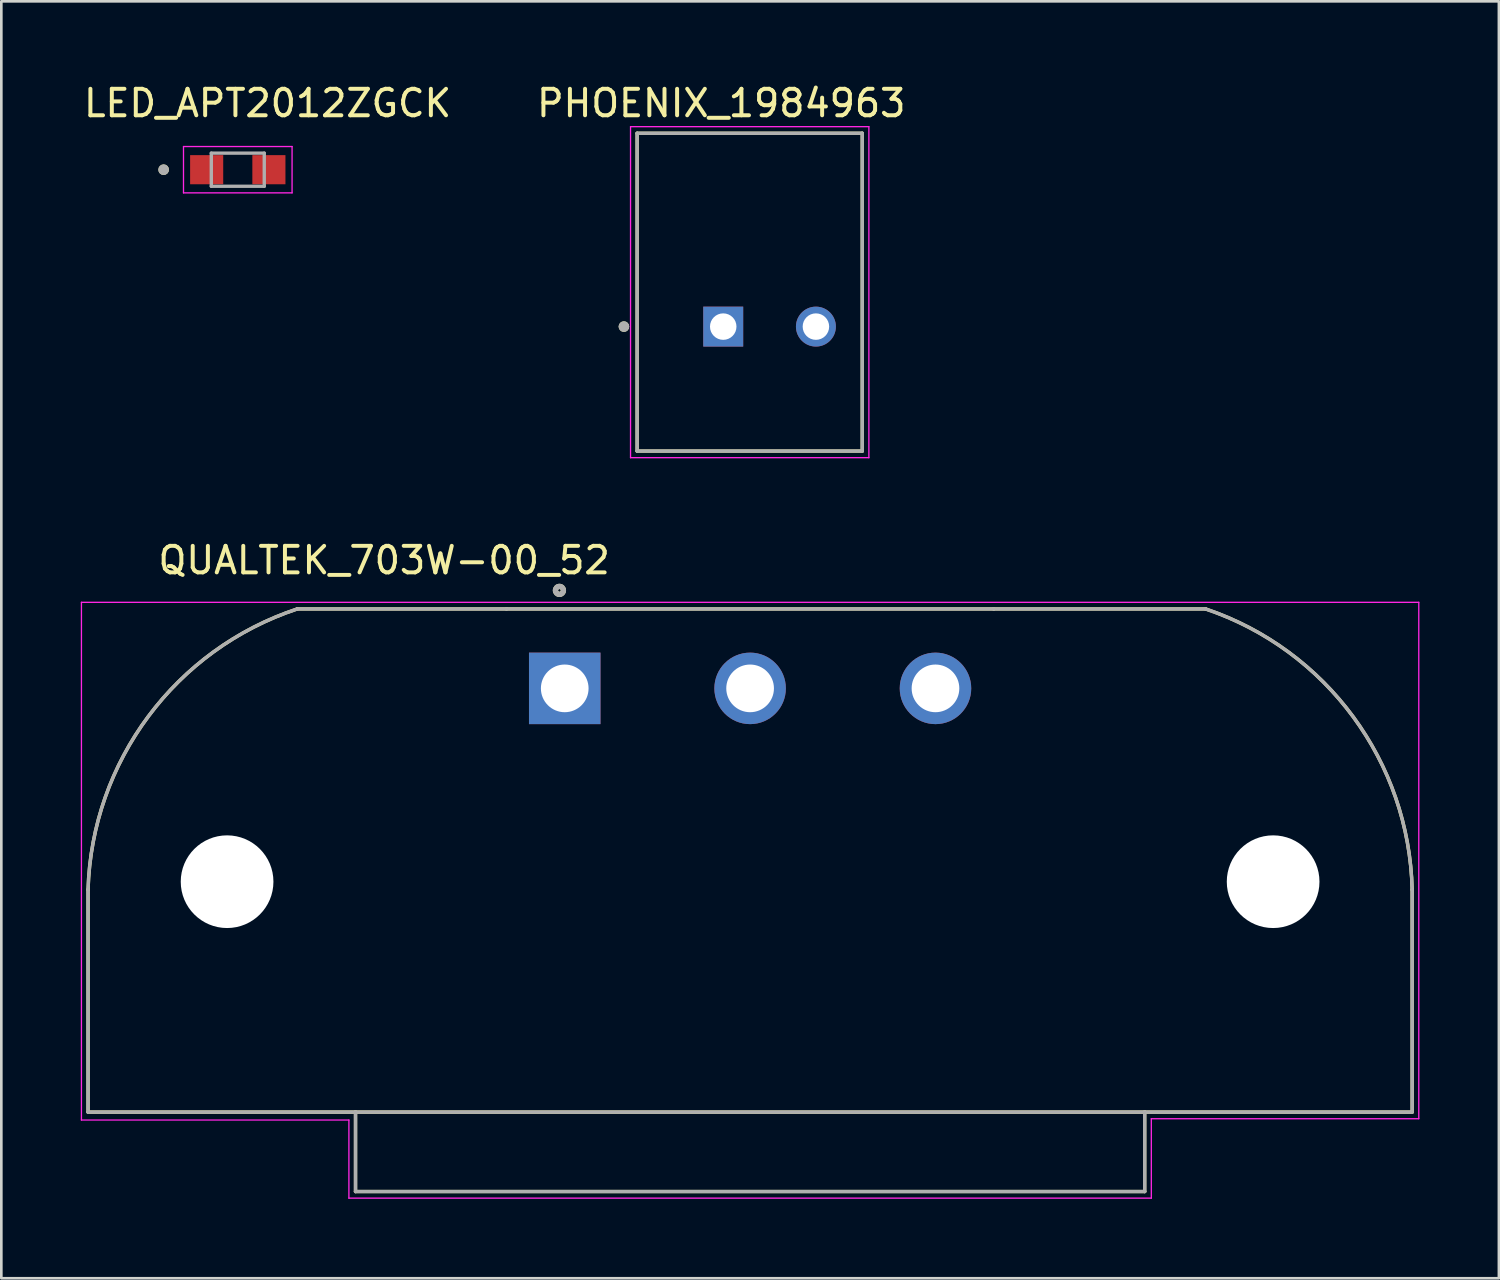
<source format=kicad_pcb>
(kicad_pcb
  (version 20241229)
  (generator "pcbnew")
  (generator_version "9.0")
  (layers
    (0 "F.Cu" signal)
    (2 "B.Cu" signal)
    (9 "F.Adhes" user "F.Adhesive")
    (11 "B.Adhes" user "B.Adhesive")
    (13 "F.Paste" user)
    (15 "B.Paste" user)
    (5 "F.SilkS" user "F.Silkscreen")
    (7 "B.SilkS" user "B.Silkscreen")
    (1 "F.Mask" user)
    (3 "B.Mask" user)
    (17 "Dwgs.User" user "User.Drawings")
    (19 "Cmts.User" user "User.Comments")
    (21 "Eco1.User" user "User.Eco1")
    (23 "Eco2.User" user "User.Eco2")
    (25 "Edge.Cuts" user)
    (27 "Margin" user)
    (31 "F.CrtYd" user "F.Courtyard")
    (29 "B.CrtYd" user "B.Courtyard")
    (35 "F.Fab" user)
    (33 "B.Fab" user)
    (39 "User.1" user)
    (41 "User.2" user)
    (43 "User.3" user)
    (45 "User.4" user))
  (footprint "LED_APT2012ZGCK"
    (layer "F.Cu")
    (at 5.929 3.358)
    (property "Reference" "LED_APT2012ZGCK" (at 1.125 -2.51 0) (layer "F.SilkS") (effects (font (size 1 1) (thickness 0.15))))
    (attr smd)
    (fp_circle (center -2.8 0) (end -2.7 0) (stroke (width 0.2) (type solid)) (fill no) (layer "F.SilkS"))
    (fp_line (start -2.05 -0.875) (end -2.05 0.875) (stroke (width 0.05) (type solid)) (layer "F.CrtYd"))
    (fp_line (start -2.05 0.875) (end 2.05 0.875) (stroke (width 0.05) (type solid)) (layer "F.CrtYd"))
    (fp_line (start 2.05 -0.875) (end -2.05 -0.875) (stroke (width 0.05) (type solid)) (layer "F.CrtYd"))
    (fp_line (start 2.05 0.875) (end 2.05 -0.875) (stroke (width 0.05) (type solid)) (layer "F.CrtYd"))
    (fp_line (start -1 -0.625) (end 1 -0.625) (stroke (width 0.127) (type solid)) (layer "F.Fab"))
    (fp_line (start -1 0.625) (end -1 -0.625) (stroke (width 0.127) (type solid)) (layer "F.Fab"))
    (fp_line (start 1 -0.625) (end 1 0.625) (stroke (width 0.127) (type solid)) (layer "F.Fab"))
    (fp_line (start 1 0.625) (end -1 0.625) (stroke (width 0.127) (type solid)) (layer "F.Fab"))
    (fp_circle (center -2.8 0) (end -2.7 0) (stroke (width 0.2) (type solid)) (fill no) (layer "F.Fab"))
    (pad "1" smd rect (at -1.175 0) (size 1.25 1.1) (layers "F.Cu" "F.Mask" "F.Paste"))
    (pad "2" smd rect (at 1.175 0) (size 1.25 1.1) (layers "F.Cu" "F.Mask" "F.Paste")))
  (footprint "PHOENIX_1984963"
    (layer "F.Cu")
    (at 21.01 13.983)
    (property "Reference" "PHOENIX_1984963" (at 3.175 -13.135 0) (layer "F.SilkS") (effects (font (size 1 1) (thickness 0.15))))
    (attr through_hole)
    (fp_line (start 0 -12) (end 0 0) (stroke (width 0.127) (type solid)) (layer "F.SilkS"))
    (fp_line (start 0 0) (end 8.5 0) (stroke (width 0.127) (type solid)) (layer "F.SilkS"))
    (fp_line (start 8.5 -12) (end 0 -12) (stroke (width 0.127) (type solid)) (layer "F.SilkS"))
    (fp_line (start 8.5 0) (end 8.5 -12) (stroke (width 0.127) (type solid)) (layer "F.SilkS"))
    (fp_circle (center -0.5 -4.7) (end -0.4 -4.7) (stroke (width 0.2) (type solid)) (fill no) (layer "F.SilkS"))
    (fp_line (start -0.25 -12.25) (end -0.25 0.25) (stroke (width 0.05) (type solid)) (layer "F.CrtYd"))
    (fp_line (start -0.25 0.25) (end 8.75 0.25) (stroke (width 0.05) (type solid)) (layer "F.CrtYd"))
    (fp_line (start 8.75 -12.25) (end -0.25 -12.25) (stroke (width 0.05) (type solid)) (layer "F.CrtYd"))
    (fp_line (start 8.75 0.25) (end 8.75 -12.25) (stroke (width 0.05) (type solid)) (layer "F.CrtYd"))
    (fp_line (start 0 -12) (end 0 0) (stroke (width 0.127) (type solid)) (layer "F.Fab"))
    (fp_line (start 0 0) (end 8.5 0) (stroke (width 0.127) (type solid)) (layer "F.Fab"))
    (fp_line (start 8.5 -12) (end 0 -12) (stroke (width 0.127) (type solid)) (layer "F.Fab"))
    (fp_line (start 8.5 0) (end 8.5 -12) (stroke (width 0.127) (type solid)) (layer "F.Fab"))
    (fp_circle (center -0.5 -4.7) (end -0.4 -4.7) (stroke (width 0.2) (type solid)) (fill no) (layer "F.Fab"))
    (pad "1" thru_hole rect (at 3.25 -4.7) (size 1.508 1.508) (drill 1) (layers "*.Cu" "*.Mask"))
    (pad "2" thru_hole circle (at 6.75 -4.7) (size 1.508 1.508) (drill 1) (layers "*.Cu" "*.Mask")))
  (footprint "QUALTEK_703W-00_52"
    (layer "F.Cu")
    (at 18.275 22.944)
    (property "Reference" "QUALTEK_703W-00_52" (at -6.819 -4.836 0) (layer "F.SilkS") (effects (font (size 1.002 1.002) (thickness 0.15))))
    (attr through_hole)
    (fp_line (start -18 16) (end -18 7.6) (stroke (width 0.127) (type solid)) (layer "F.SilkS"))
    (fp_line (start -10.1 -3) (end -2.2 -3) (stroke (width 0.127) (type solid)) (layer "F.SilkS"))
    (fp_line (start -7.9 16) (end -18 16) (stroke (width 0.127) (type solid)) (layer "F.SilkS"))
    (fp_line (start -7.9 19) (end -7.9 16) (stroke (width 0.127) (type solid)) (layer "F.SilkS"))
    (fp_line (start 16.2 -3) (end -2.2 -3) (stroke (width 0.127) (type solid)) (layer "F.SilkS"))
    (fp_line (start 21.9 16) (end -7.9 16) (stroke (width 0.127) (type solid)) (layer "F.SilkS"))
    (fp_line (start 21.9 19) (end -7.9 19) (stroke (width 0.127) (type solid)) (layer "F.SilkS"))
    (fp_line (start 21.9 19) (end 21.9 16) (stroke (width 0.127) (type solid)) (layer "F.SilkS"))
    (fp_line (start 24.2 -3) (end 16.2 -3) (stroke (width 0.127) (type solid)) (layer "F.SilkS"))
    (fp_line (start 32 16) (end 21.9 16) (stroke (width 0.127) (type solid)) (layer "F.SilkS"))
    (fp_line (start 32 16) (end 32 7.6) (stroke (width 0.127) (type solid)) (layer "F.SilkS"))
    (fp_arc (start -18.000001 7.6) (mid -15.721084 1.054569) (end -10.1 -3) (stroke (width 0.127) (type solid)) (layer "F.SilkS"))
    (fp_arc (start 24.2 -3) (mid 29.771083 1.070334) (end 32 7.599999) (stroke (width 0.127) (type solid)) (layer "F.SilkS"))
    (fp_circle (center -0.2 -3.7) (end -0.05 -3.7) (stroke (width 0.2) (type solid)) (fill no) (layer "F.SilkS"))
    (fp_line (start -18.25 -3.25) (end 32.25 -3.25) (stroke (width 0.05) (type solid)) (layer "F.CrtYd"))
    (fp_line (start -18.25 16.3) (end -18.25 -3.25) (stroke (width 0.05) (type solid)) (layer "F.CrtYd"))
    (fp_line (start -8.15 16.3) (end -18.25 16.3) (stroke (width 0.05) (type solid)) (layer "F.CrtYd"))
    (fp_line (start -8.15 19.25) (end -8.15 16.3) (stroke (width 0.05) (type solid)) (layer "F.CrtYd"))
    (fp_line (start 22.15 16.25) (end 22.15 19.25) (stroke (width 0.05) (type solid)) (layer "F.CrtYd"))
    (fp_line (start 22.15 19.25) (end -8.15 19.25) (stroke (width 0.05) (type solid)) (layer "F.CrtYd"))
    (fp_line (start 32.25 -3.25) (end 32.25 16.25) (stroke (width 0.05) (type solid)) (layer "F.CrtYd"))
    (fp_line (start 32.25 16.25) (end 22.15 16.25) (stroke (width 0.05) (type solid)) (layer "F.CrtYd"))
    (fp_line (start -18 16) (end -18 7.6) (stroke (width 0.127) (type solid)) (layer "F.Fab"))
    (fp_line (start -10.1 -3) (end -2.2 -3) (stroke (width 0.127) (type solid)) (layer "F.Fab"))
    (fp_line (start -7.9 16) (end -18 16) (stroke (width 0.127) (type solid)) (layer "F.Fab"))
    (fp_line (start -7.9 19) (end -7.9 16) (stroke (width 0.127) (type solid)) (layer "F.Fab"))
    (fp_line (start 16.2 -3) (end -2.2 -3) (stroke (width 0.127) (type solid)) (layer "F.Fab"))
    (fp_line (start 21.9 16) (end -7.9 16) (stroke (width 0.127) (type solid)) (layer "F.Fab"))
    (fp_line (start 21.9 19) (end -7.9 19) (stroke (width 0.127) (type solid)) (layer "F.Fab"))
    (fp_line (start 21.9 19) (end 21.9 16) (stroke (width 0.127) (type solid)) (layer "F.Fab"))
    (fp_line (start 24.2 -3) (end 16.2 -3) (stroke (width 0.127) (type solid)) (layer "F.Fab"))
    (fp_line (start 32 16) (end 21.9 16) (stroke (width 0.127) (type solid)) (layer "F.Fab"))
    (fp_line (start 32 16) (end 32 7.6) (stroke (width 0.127) (type solid)) (layer "F.Fab"))
    (fp_arc (start -18.000001 7.6) (mid -15.721084 1.054569) (end -10.1 -3) (stroke (width 0.127) (type solid)) (layer "F.Fab"))
    (fp_arc (start 24.2 -3) (mid 29.771083 1.070334) (end 32 7.599999) (stroke (width 0.127) (type solid)) (layer "F.Fab"))
    (fp_circle (center -0.2 -3.7) (end -0.05 -3.7) (stroke (width 0.2) (type solid)) (fill no) (layer "F.Fab"))
    (pad "" np_thru_hole circle (at -12.75 7.3) (size 3.5 3.5) (drill 3.5) (layers "*.Cu" "*.Mask"))
    (pad "" np_thru_hole circle (at 26.75 7.3) (size 3.5 3.5) (drill 3.5) (layers "*.Cu" "*.Mask"))
    (pad "1" thru_hole rect (at 0 0) (size 2.7 2.7) (drill 1.8) (layers "*.Cu" "*.Mask"))
    (pad "2" thru_hole circle (at 7 0) (size 2.7 2.7) (drill 1.8) (layers "*.Cu" "*.Mask"))
    (pad "3" thru_hole circle (at 14 0) (size 2.7 2.7) (drill 1.8) (layers "*.Cu" "*.Mask")))
  (gr_rect
    (start -3 -3)
    (end 53.55 45.219)
    (stroke (width 0.1) (type default))
    (fill no)
    (layer "Edge.Cuts")))
</source>
